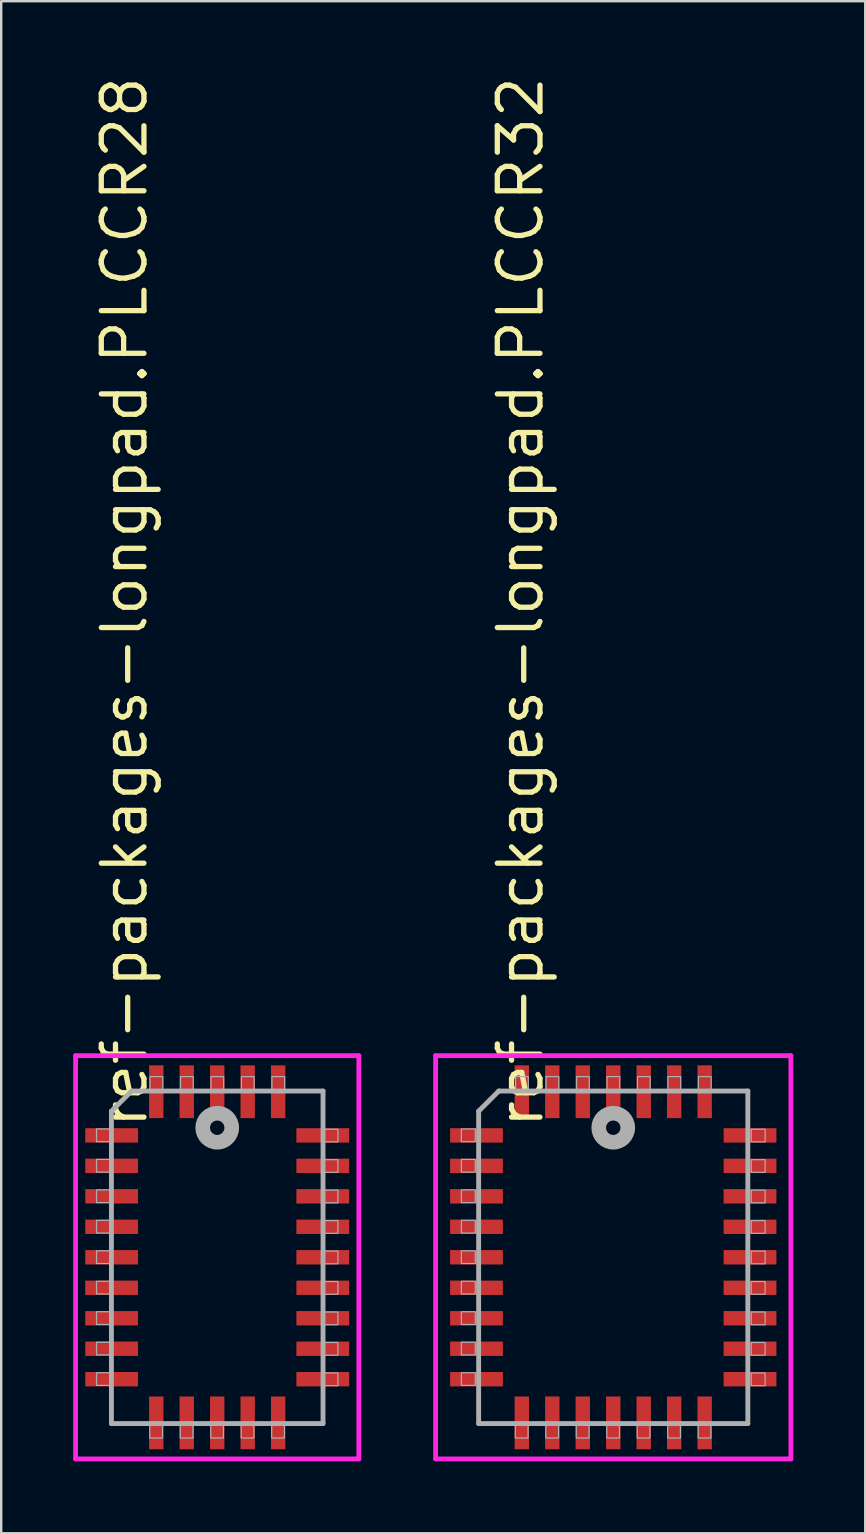
<source format=kicad_pcb>
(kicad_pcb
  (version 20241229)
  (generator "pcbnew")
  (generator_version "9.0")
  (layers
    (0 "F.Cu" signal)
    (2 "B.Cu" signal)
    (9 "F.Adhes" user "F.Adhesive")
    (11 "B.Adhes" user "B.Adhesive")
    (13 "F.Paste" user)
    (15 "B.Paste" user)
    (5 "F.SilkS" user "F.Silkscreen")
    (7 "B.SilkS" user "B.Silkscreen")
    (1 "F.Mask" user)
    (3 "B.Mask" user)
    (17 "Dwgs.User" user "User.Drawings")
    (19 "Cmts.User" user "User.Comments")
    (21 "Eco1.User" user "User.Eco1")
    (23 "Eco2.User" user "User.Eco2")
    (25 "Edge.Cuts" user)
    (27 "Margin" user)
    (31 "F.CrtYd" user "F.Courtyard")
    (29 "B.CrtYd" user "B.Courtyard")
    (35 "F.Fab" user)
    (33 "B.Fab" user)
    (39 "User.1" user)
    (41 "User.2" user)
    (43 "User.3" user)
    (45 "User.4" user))
  (footprint "ref-packages-longpad.PLCCR28"
    (layer "F.Cu")
    (at 6.003 49.352)
    (property "Reference" "ref-packages-longpad.PLCCR28" (at -2.825 -5.275 270) (layer "F.SilkS") (effects (font (size 1.778 1.778) (thickness 0.22)) (justify left bottom)))
    (attr smd)
    (fp_line (start -5.903 -8.403) (end 5.903 -8.403) (stroke (width 0.2) (type default)) (layer "F.CrtYd"))
    (fp_line (start -5.903 8.403) (end -5.903 -8.403) (stroke (width 0.2) (type default)) (layer "F.CrtYd"))
    (fp_line (start 5.903 -8.403) (end 5.903 8.403) (stroke (width 0.2) (type default)) (layer "F.CrtYd"))
    (fp_line (start 5.903 8.403) (end -5.903 8.403) (stroke (width 0.2) (type default)) (layer "F.CrtYd"))
    (fp_line (start -4.41 -6.09) (end -4.41 6.93) (stroke (width 0.203) (type default)) (layer "F.Fab"))
    (fp_line (start -4.41 6.93) (end 4.41 6.93) (stroke (width 0.203) (type default)) (layer "F.Fab"))
    (fp_line (start -3.57 -6.93) (end -4.41 -6.09) (stroke (width 0.203) (type default)) (layer "F.Fab"))
    (fp_line (start 4.41 -6.93) (end -3.57 -6.93) (stroke (width 0.203) (type default)) (layer "F.Fab"))
    (fp_line (start 4.41 6.93) (end 4.41 -6.93) (stroke (width 0.203) (type default)) (layer "F.Fab"))
    (fp_rect (start -5.03 -4.82) (end -4.45 -5.35) (stroke (width 0.05) (type default)) (fill no) (layer "F.Fab"))
    (fp_rect (start -5.03 -3.55) (end -4.45 -4.08) (stroke (width 0.05) (type default)) (fill no) (layer "F.Fab"))
    (fp_rect (start -5.03 -2.28) (end -4.45 -2.81) (stroke (width 0.05) (type default)) (fill no) (layer "F.Fab"))
    (fp_rect (start -5.03 -1.01) (end -4.45 -1.54) (stroke (width 0.05) (type default)) (fill no) (layer "F.Fab"))
    (fp_rect (start -5.03 0.26) (end -4.45 -0.27) (stroke (width 0.05) (type default)) (fill no) (layer "F.Fab"))
    (fp_rect (start -5.03 1.53) (end -4.45 1) (stroke (width 0.05) (type default)) (fill no) (layer "F.Fab"))
    (fp_rect (start -5.03 2.8) (end -4.45 2.27) (stroke (width 0.05) (type default)) (fill no) (layer "F.Fab"))
    (fp_rect (start -5.03 4.07) (end -4.45 3.54) (stroke (width 0.05) (type default)) (fill no) (layer "F.Fab"))
    (fp_rect (start -5.03 5.34) (end -4.45 4.81) (stroke (width 0.05) (type default)) (fill no) (layer "F.Fab"))
    (fp_rect (start -2.81 7.53) (end -2.28 6.95) (stroke (width 0.05) (type default)) (fill no) (layer "F.Fab"))
    (fp_rect (start -2.8 -6.95) (end -2.27 -7.53) (stroke (width 0.05) (type default)) (fill no) (layer "F.Fab"))
    (fp_rect (start -1.54 7.53) (end -1.01 6.95) (stroke (width 0.05) (type default)) (fill no) (layer "F.Fab"))
    (fp_rect (start -1.53 -6.95) (end -1 -7.53) (stroke (width 0.05) (type default)) (fill no) (layer "F.Fab"))
    (fp_rect (start -0.27 7.53) (end 0.26 6.95) (stroke (width 0.05) (type default)) (fill no) (layer "F.Fab"))
    (fp_rect (start -0.26 -6.95) (end 0.27 -7.53) (stroke (width 0.05) (type default)) (fill no) (layer "F.Fab"))
    (fp_rect (start 1 7.53) (end 1.53 6.95) (stroke (width 0.05) (type default)) (fill no) (layer "F.Fab"))
    (fp_rect (start 1.01 -6.95) (end 1.54 -7.53) (stroke (width 0.05) (type default)) (fill no) (layer "F.Fab"))
    (fp_rect (start 2.27 7.53) (end 2.8 6.95) (stroke (width 0.05) (type default)) (fill no) (layer "F.Fab"))
    (fp_rect (start 2.28 -6.95) (end 2.81 -7.53) (stroke (width 0.05) (type default)) (fill no) (layer "F.Fab"))
    (fp_rect (start 4.45 -4.81) (end 5.03 -5.34) (stroke (width 0.05) (type default)) (fill no) (layer "F.Fab"))
    (fp_rect (start 4.45 -3.54) (end 5.03 -4.07) (stroke (width 0.05) (type default)) (fill no) (layer "F.Fab"))
    (fp_rect (start 4.45 -2.27) (end 5.03 -2.8) (stroke (width 0.05) (type default)) (fill no) (layer "F.Fab"))
    (fp_rect (start 4.45 -1) (end 5.03 -1.53) (stroke (width 0.05) (type default)) (fill no) (layer "F.Fab"))
    (fp_rect (start 4.45 0.27) (end 5.03 -0.26) (stroke (width 0.05) (type default)) (fill no) (layer "F.Fab"))
    (fp_rect (start 4.45 1.54) (end 5.03 1.01) (stroke (width 0.05) (type default)) (fill no) (layer "F.Fab"))
    (fp_rect (start 4.45 2.81) (end 5.03 2.28) (stroke (width 0.05) (type default)) (fill no) (layer "F.Fab"))
    (fp_rect (start 4.45 4.08) (end 5.03 3.55) (stroke (width 0.05) (type default)) (fill no) (layer "F.Fab"))
    (fp_rect (start 4.45 5.35) (end 5.03 4.82) (stroke (width 0.05) (type default)) (fill no) (layer "F.Fab"))
    (fp_circle (center 0 -5.4) (end 0.3 -5.4) (stroke (width 0.61) (type default)) (fill no) (layer "F.Fab"))
    (pad "1" smd roundrect (at 0 -6.9) (size 0.6 2.2) (layers "F.Cu" "F.Mask" "F.Paste") (roundrect_rratio 0.01))
    (pad "2" smd roundrect (at -1.27 -6.9) (size 0.6 2.2) (layers "F.Cu" "F.Mask" "F.Paste") (roundrect_rratio 0.01))
    (pad "3" smd roundrect (at -2.54 -6.9) (size 0.6 2.2) (layers "F.Cu" "F.Mask" "F.Paste") (roundrect_rratio 0.01))
    (pad "4" smd roundrect (at -4.4 -5.08) (size 2.2 0.6) (layers "F.Cu" "F.Mask" "F.Paste") (roundrect_rratio 0.01))
    (pad "5" smd roundrect (at -4.4 -3.81) (size 2.2 0.6) (layers "F.Cu" "F.Mask" "F.Paste") (roundrect_rratio 0.01))
    (pad "6" smd roundrect (at -4.4 -2.54) (size 2.2 0.6) (layers "F.Cu" "F.Mask" "F.Paste") (roundrect_rratio 0.01))
    (pad "7" smd roundrect (at -4.4 -1.27) (size 2.2 0.6) (layers "F.Cu" "F.Mask" "F.Paste") (roundrect_rratio 0.01))
    (pad "8" smd roundrect (at -4.4 0) (size 2.2 0.6) (layers "F.Cu" "F.Mask" "F.Paste") (roundrect_rratio 0.01))
    (pad "9" smd roundrect (at -4.4 1.27) (size 2.2 0.6) (layers "F.Cu" "F.Mask" "F.Paste") (roundrect_rratio 0.01))
    (pad "10" smd roundrect (at -4.4 2.54) (size 2.2 0.6) (layers "F.Cu" "F.Mask" "F.Paste") (roundrect_rratio 0.01))
    (pad "11" smd roundrect (at -4.4 3.81) (size 2.2 0.6) (layers "F.Cu" "F.Mask" "F.Paste") (roundrect_rratio 0.01))
    (pad "12" smd roundrect (at -4.4 5.08) (size 2.2 0.6) (layers "F.Cu" "F.Mask" "F.Paste") (roundrect_rratio 0.01))
    (pad "13" smd roundrect (at -2.54 6.9) (size 0.6 2.2) (layers "F.Cu" "F.Mask" "F.Paste") (roundrect_rratio 0.01))
    (pad "14" smd roundrect (at -1.27 6.9) (size 0.6 2.2) (layers "F.Cu" "F.Mask" "F.Paste") (roundrect_rratio 0.01))
    (pad "15" smd roundrect (at 0 6.9) (size 0.6 2.2) (layers "F.Cu" "F.Mask" "F.Paste") (roundrect_rratio 0.01))
    (pad "16" smd roundrect (at 1.27 6.9) (size 0.6 2.2) (layers "F.Cu" "F.Mask" "F.Paste") (roundrect_rratio 0.01))
    (pad "17" smd roundrect (at 2.54 6.9) (size 0.6 2.2) (layers "F.Cu" "F.Mask" "F.Paste") (roundrect_rratio 0.01))
    (pad "18" smd roundrect (at 4.4 5.08) (size 2.2 0.6) (layers "F.Cu" "F.Mask" "F.Paste") (roundrect_rratio 0.01))
    (pad "19" smd roundrect (at 4.4 3.81) (size 2.2 0.6) (layers "F.Cu" "F.Mask" "F.Paste") (roundrect_rratio 0.01))
    (pad "20" smd roundrect (at 4.4 2.54) (size 2.2 0.6) (layers "F.Cu" "F.Mask" "F.Paste") (roundrect_rratio 0.01))
    (pad "21" smd roundrect (at 4.4 1.27) (size 2.2 0.6) (layers "F.Cu" "F.Mask" "F.Paste") (roundrect_rratio 0.01))
    (pad "22" smd roundrect (at 4.4 0) (size 2.2 0.6) (layers "F.Cu" "F.Mask" "F.Paste") (roundrect_rratio 0.01))
    (pad "23" smd roundrect (at 4.4 -1.27) (size 2.2 0.6) (layers "F.Cu" "F.Mask" "F.Paste") (roundrect_rratio 0.01))
    (pad "24" smd roundrect (at 4.4 -2.54) (size 2.2 0.6) (layers "F.Cu" "F.Mask" "F.Paste") (roundrect_rratio 0.01))
    (pad "25" smd roundrect (at 4.4 -3.81) (size 2.2 0.6) (layers "F.Cu" "F.Mask" "F.Paste") (roundrect_rratio 0.01))
    (pad "26" smd roundrect (at 4.4 -5.08) (size 2.2 0.6) (layers "F.Cu" "F.Mask" "F.Paste") (roundrect_rratio 0.01))
    (pad "27" smd roundrect (at 2.54 -6.9) (size 0.6 2.2) (layers "F.Cu" "F.Mask" "F.Paste") (roundrect_rratio 0.01))
    (pad "28" smd roundrect (at 1.27 -6.9) (size 0.6 2.2) (layers "F.Cu" "F.Mask" "F.Paste") (roundrect_rratio 0.01)))
  (footprint "ref-packages-longpad.PLCCR32"
    (layer "F.Cu")
    (at 22.509 49.352)
    (property "Reference" "ref-packages-longpad.PLCCR32" (at -2.825 -5.275 270) (layer "F.SilkS") (effects (font (size 1.778 1.778) (thickness 0.22)) (justify left bottom)))
    (attr smd)
    (fp_line (start -7.403 -8.403) (end 7.403 -8.403) (stroke (width 0.2) (type default)) (layer "F.CrtYd"))
    (fp_line (start -7.403 8.403) (end -7.403 -8.403) (stroke (width 0.2) (type default)) (layer "F.CrtYd"))
    (fp_line (start 7.403 -8.403) (end 7.403 8.403) (stroke (width 0.2) (type default)) (layer "F.CrtYd"))
    (fp_line (start 7.403 8.403) (end -7.403 8.403) (stroke (width 0.2) (type default)) (layer "F.CrtYd"))
    (fp_line (start -5.61 -6.09) (end -5.61 6.93) (stroke (width 0.203) (type default)) (layer "F.Fab"))
    (fp_line (start -5.61 6.93) (end 5.61 6.93) (stroke (width 0.203) (type default)) (layer "F.Fab"))
    (fp_line (start -4.77 -6.93) (end -5.61 -6.09) (stroke (width 0.203) (type default)) (layer "F.Fab"))
    (fp_line (start 5.61 -6.93) (end -4.77 -6.93) (stroke (width 0.203) (type default)) (layer "F.Fab"))
    (fp_line (start 5.61 6.93) (end 5.61 -6.93) (stroke (width 0.203) (type default)) (layer "F.Fab"))
    (fp_rect (start -6.33 -4.82) (end -5.75 -5.35) (stroke (width 0.05) (type default)) (fill no) (layer "F.Fab"))
    (fp_rect (start -6.33 -3.55) (end -5.75 -4.08) (stroke (width 0.05) (type default)) (fill no) (layer "F.Fab"))
    (fp_rect (start -6.33 -2.28) (end -5.75 -2.81) (stroke (width 0.05) (type default)) (fill no) (layer "F.Fab"))
    (fp_rect (start -6.33 -1.01) (end -5.75 -1.54) (stroke (width 0.05) (type default)) (fill no) (layer "F.Fab"))
    (fp_rect (start -6.33 0.26) (end -5.75 -0.27) (stroke (width 0.05) (type default)) (fill no) (layer "F.Fab"))
    (fp_rect (start -6.33 1.53) (end -5.75 1) (stroke (width 0.05) (type default)) (fill no) (layer "F.Fab"))
    (fp_rect (start -6.33 2.8) (end -5.75 2.27) (stroke (width 0.05) (type default)) (fill no) (layer "F.Fab"))
    (fp_rect (start -6.33 4.07) (end -5.75 3.54) (stroke (width 0.05) (type default)) (fill no) (layer "F.Fab"))
    (fp_rect (start -6.33 5.34) (end -5.75 4.81) (stroke (width 0.05) (type default)) (fill no) (layer "F.Fab"))
    (fp_rect (start -4.08 7.53) (end -3.55 6.95) (stroke (width 0.05) (type default)) (fill no) (layer "F.Fab"))
    (fp_rect (start -4.07 -6.95) (end -3.54 -7.53) (stroke (width 0.05) (type default)) (fill no) (layer "F.Fab"))
    (fp_rect (start -2.81 7.53) (end -2.28 6.95) (stroke (width 0.05) (type default)) (fill no) (layer "F.Fab"))
    (fp_rect (start -2.8 -6.95) (end -2.27 -7.53) (stroke (width 0.05) (type default)) (fill no) (layer "F.Fab"))
    (fp_rect (start -1.54 7.53) (end -1.01 6.95) (stroke (width 0.05) (type default)) (fill no) (layer "F.Fab"))
    (fp_rect (start -1.53 -6.95) (end -1 -7.53) (stroke (width 0.05) (type default)) (fill no) (layer "F.Fab"))
    (fp_rect (start -0.27 7.53) (end 0.26 6.95) (stroke (width 0.05) (type default)) (fill no) (layer "F.Fab"))
    (fp_rect (start -0.26 -6.95) (end 0.27 -7.53) (stroke (width 0.05) (type default)) (fill no) (layer "F.Fab"))
    (fp_rect (start 1 7.53) (end 1.53 6.95) (stroke (width 0.05) (type default)) (fill no) (layer "F.Fab"))
    (fp_rect (start 1.01 -6.95) (end 1.54 -7.53) (stroke (width 0.05) (type default)) (fill no) (layer "F.Fab"))
    (fp_rect (start 2.27 7.53) (end 2.8 6.95) (stroke (width 0.05) (type default)) (fill no) (layer "F.Fab"))
    (fp_rect (start 2.28 -6.95) (end 2.81 -7.53) (stroke (width 0.05) (type default)) (fill no) (layer "F.Fab"))
    (fp_rect (start 3.54 7.53) (end 4.07 6.95) (stroke (width 0.05) (type default)) (fill no) (layer "F.Fab"))
    (fp_rect (start 3.55 -6.95) (end 4.08 -7.53) (stroke (width 0.05) (type default)) (fill no) (layer "F.Fab"))
    (fp_rect (start 5.75 -4.81) (end 6.33 -5.34) (stroke (width 0.05) (type default)) (fill no) (layer "F.Fab"))
    (fp_rect (start 5.75 -3.54) (end 6.33 -4.07) (stroke (width 0.05) (type default)) (fill no) (layer "F.Fab"))
    (fp_rect (start 5.75 -2.27) (end 6.33 -2.8) (stroke (width 0.05) (type default)) (fill no) (layer "F.Fab"))
    (fp_rect (start 5.75 -1) (end 6.33 -1.53) (stroke (width 0.05) (type default)) (fill no) (layer "F.Fab"))
    (fp_rect (start 5.75 0.27) (end 6.33 -0.26) (stroke (width 0.05) (type default)) (fill no) (layer "F.Fab"))
    (fp_rect (start 5.75 1.54) (end 6.33 1.01) (stroke (width 0.05) (type default)) (fill no) (layer "F.Fab"))
    (fp_rect (start 5.75 2.81) (end 6.33 2.28) (stroke (width 0.05) (type default)) (fill no) (layer "F.Fab"))
    (fp_rect (start 5.75 4.08) (end 6.33 3.55) (stroke (width 0.05) (type default)) (fill no) (layer "F.Fab"))
    (fp_rect (start 5.75 5.35) (end 6.33 4.82) (stroke (width 0.05) (type default)) (fill no) (layer "F.Fab"))
    (fp_circle (center 0 -5.4) (end 0.3 -5.4) (stroke (width 0.61) (type default)) (fill no) (layer "F.Fab"))
    (pad "1" smd roundrect (at 0 -6.9) (size 0.6 2.2) (layers "F.Cu" "F.Mask" "F.Paste") (roundrect_rratio 0.01))
    (pad "2" smd roundrect (at -1.27 -6.9) (size 0.6 2.2) (layers "F.Cu" "F.Mask" "F.Paste") (roundrect_rratio 0.01))
    (pad "3" smd roundrect (at -2.54 -6.9) (size 0.6 2.2) (layers "F.Cu" "F.Mask" "F.Paste") (roundrect_rratio 0.01))
    (pad "4" smd roundrect (at -3.81 -6.9) (size 0.6 2.2) (layers "F.Cu" "F.Mask" "F.Paste") (roundrect_rratio 0.01))
    (pad "5" smd roundrect (at -5.7 -5.08) (size 2.2 0.6) (layers "F.Cu" "F.Mask" "F.Paste") (roundrect_rratio 0.01))
    (pad "6" smd roundrect (at -5.7 -3.81) (size 2.2 0.6) (layers "F.Cu" "F.Mask" "F.Paste") (roundrect_rratio 0.01))
    (pad "7" smd roundrect (at -5.7 -2.54) (size 2.2 0.6) (layers "F.Cu" "F.Mask" "F.Paste") (roundrect_rratio 0.01))
    (pad "8" smd roundrect (at -5.7 -1.27) (size 2.2 0.6) (layers "F.Cu" "F.Mask" "F.Paste") (roundrect_rratio 0.01))
    (pad "9" smd roundrect (at -5.7 0) (size 2.2 0.6) (layers "F.Cu" "F.Mask" "F.Paste") (roundrect_rratio 0.01))
    (pad "10" smd roundrect (at -5.7 1.27) (size 2.2 0.6) (layers "F.Cu" "F.Mask" "F.Paste") (roundrect_rratio 0.01))
    (pad "11" smd roundrect (at -5.7 2.54) (size 2.2 0.6) (layers "F.Cu" "F.Mask" "F.Paste") (roundrect_rratio 0.01))
    (pad "12" smd roundrect (at -5.7 3.81) (size 2.2 0.6) (layers "F.Cu" "F.Mask" "F.Paste") (roundrect_rratio 0.01))
    (pad "13" smd roundrect (at -5.7 5.08) (size 2.2 0.6) (layers "F.Cu" "F.Mask" "F.Paste") (roundrect_rratio 0.01))
    (pad "14" smd roundrect (at -3.81 6.9) (size 0.6 2.2) (layers "F.Cu" "F.Mask" "F.Paste") (roundrect_rratio 0.01))
    (pad "15" smd roundrect (at -2.54 6.9) (size 0.6 2.2) (layers "F.Cu" "F.Mask" "F.Paste") (roundrect_rratio 0.01))
    (pad "16" smd roundrect (at -1.27 6.9) (size 0.6 2.2) (layers "F.Cu" "F.Mask" "F.Paste") (roundrect_rratio 0.01))
    (pad "17" smd roundrect (at 0 6.9) (size 0.6 2.2) (layers "F.Cu" "F.Mask" "F.Paste") (roundrect_rratio 0.01))
    (pad "18" smd roundrect (at 1.27 6.9) (size 0.6 2.2) (layers "F.Cu" "F.Mask" "F.Paste") (roundrect_rratio 0.01))
    (pad "19" smd roundrect (at 2.54 6.9) (size 0.6 2.2) (layers "F.Cu" "F.Mask" "F.Paste") (roundrect_rratio 0.01))
    (pad "20" smd roundrect (at 3.81 6.9) (size 0.6 2.2) (layers "F.Cu" "F.Mask" "F.Paste") (roundrect_rratio 0.01))
    (pad "21" smd roundrect (at 5.7 5.08) (size 2.2 0.6) (layers "F.Cu" "F.Mask" "F.Paste") (roundrect_rratio 0.01))
    (pad "22" smd roundrect (at 5.7 3.81) (size 2.2 0.6) (layers "F.Cu" "F.Mask" "F.Paste") (roundrect_rratio 0.01))
    (pad "23" smd roundrect (at 5.7 2.54) (size 2.2 0.6) (layers "F.Cu" "F.Mask" "F.Paste") (roundrect_rratio 0.01))
    (pad "24" smd roundrect (at 5.7 1.27) (size 2.2 0.6) (layers "F.Cu" "F.Mask" "F.Paste") (roundrect_rratio 0.01))
    (pad "25" smd roundrect (at 5.7 0) (size 2.2 0.6) (layers "F.Cu" "F.Mask" "F.Paste") (roundrect_rratio 0.01))
    (pad "26" smd roundrect (at 5.7 -1.27) (size 2.2 0.6) (layers "F.Cu" "F.Mask" "F.Paste") (roundrect_rratio 0.01))
    (pad "27" smd roundrect (at 5.7 -2.54) (size 2.2 0.6) (layers "F.Cu" "F.Mask" "F.Paste") (roundrect_rratio 0.01))
    (pad "28" smd roundrect (at 5.7 -3.81) (size 2.2 0.6) (layers "F.Cu" "F.Mask" "F.Paste") (roundrect_rratio 0.01))
    (pad "29" smd roundrect (at 5.7 -5.08) (size 2.2 0.6) (layers "F.Cu" "F.Mask" "F.Paste") (roundrect_rratio 0.01))
    (pad "30" smd roundrect (at 3.81 -6.9) (size 0.6 2.2) (layers "F.Cu" "F.Mask" "F.Paste") (roundrect_rratio 0.01))
    (pad "31" smd roundrect (at 2.54 -6.9) (size 0.6 2.2) (layers "F.Cu" "F.Mask" "F.Paste") (roundrect_rratio 0.01))
    (pad "32" smd roundrect (at 1.27 -6.9) (size 0.6 2.2) (layers "F.Cu" "F.Mask" "F.Paste") (roundrect_rratio 0.01)))
  (gr_rect
    (start -3 -3)
    (end 33.012 60.855)
    (stroke (width 0.1) (type default))
    (fill no)
    (layer "Edge.Cuts")))
</source>
